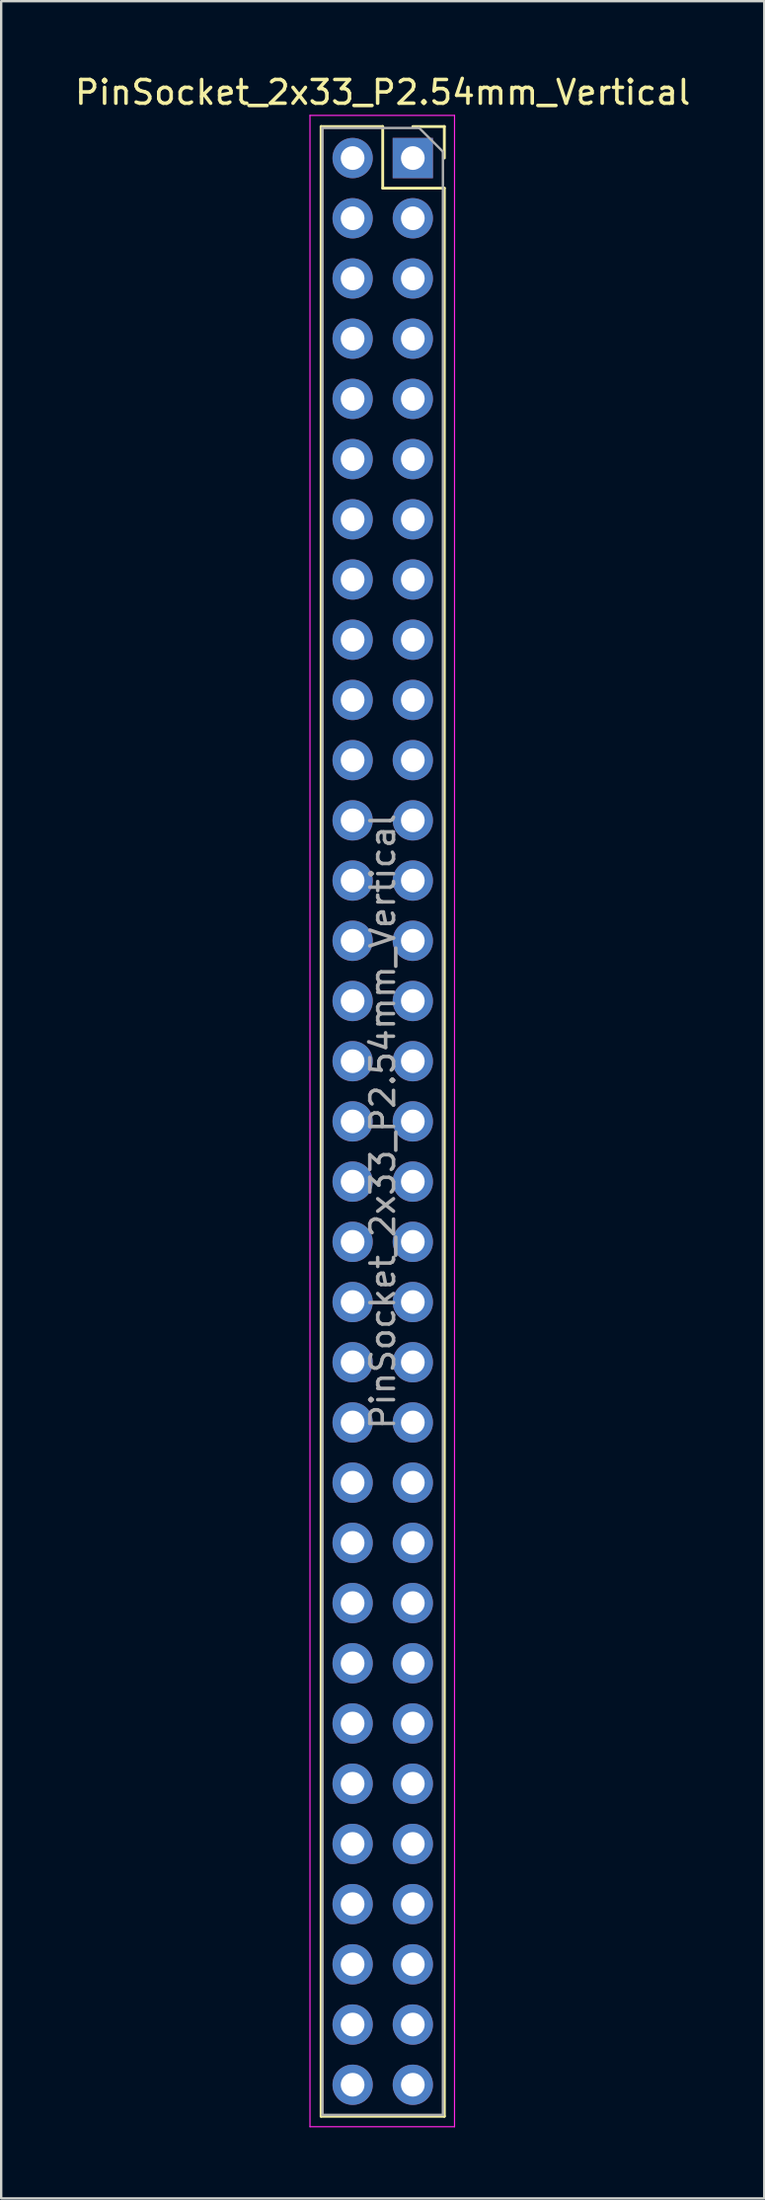
<source format=kicad_pcb>
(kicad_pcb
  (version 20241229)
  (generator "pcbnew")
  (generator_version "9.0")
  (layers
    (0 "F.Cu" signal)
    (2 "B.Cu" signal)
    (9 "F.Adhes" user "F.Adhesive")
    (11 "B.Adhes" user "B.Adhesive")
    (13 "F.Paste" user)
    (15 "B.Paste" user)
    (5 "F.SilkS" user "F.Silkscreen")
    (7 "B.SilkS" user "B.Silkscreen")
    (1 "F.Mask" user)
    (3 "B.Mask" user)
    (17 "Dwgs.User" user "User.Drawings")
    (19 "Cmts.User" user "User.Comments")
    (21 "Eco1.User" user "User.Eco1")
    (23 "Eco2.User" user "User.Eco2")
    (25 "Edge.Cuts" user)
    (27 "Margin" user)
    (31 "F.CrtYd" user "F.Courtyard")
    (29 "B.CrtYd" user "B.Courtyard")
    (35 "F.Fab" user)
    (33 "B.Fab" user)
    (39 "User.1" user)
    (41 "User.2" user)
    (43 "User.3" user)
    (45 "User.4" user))
  (footprint "PinSocket_2x33_P2.54mm_Vertical"
    (layer "F.Cu")
    (at 14.371 3.618)
    (property "Reference" "PinSocket_2x33_P2.54mm_Vertical" (at -1.27 -2.77 0) (layer "F.SilkS") (effects (font (size 1 1) (thickness 0.15))))
    (attr through_hole)
    (fp_line (start -3.87 -1.33) (end -3.87 82.61) (stroke (width 0.12) (type solid)) (layer "F.SilkS"))
    (fp_line (start -3.87 -1.33) (end -1.27 -1.33) (stroke (width 0.12) (type solid)) (layer "F.SilkS"))
    (fp_line (start -3.87 82.61) (end 1.33 82.61) (stroke (width 0.12) (type solid)) (layer "F.SilkS"))
    (fp_line (start -1.27 -1.33) (end -1.27 1.27) (stroke (width 0.12) (type solid)) (layer "F.SilkS"))
    (fp_line (start -1.27 1.27) (end 1.33 1.27) (stroke (width 0.12) (type solid)) (layer "F.SilkS"))
    (fp_line (start 0 -1.33) (end 1.33 -1.33) (stroke (width 0.12) (type solid)) (layer "F.SilkS"))
    (fp_line (start 1.33 -1.33) (end 1.33 0) (stroke (width 0.12) (type solid)) (layer "F.SilkS"))
    (fp_line (start 1.33 1.27) (end 1.33 82.61) (stroke (width 0.12) (type solid)) (layer "F.SilkS"))
    (fp_line (start -4.34 -1.8) (end 1.76 -1.8) (stroke (width 0.05) (type solid)) (layer "F.CrtYd"))
    (fp_line (start -4.34 83.05) (end -4.34 -1.8) (stroke (width 0.05) (type solid)) (layer "F.CrtYd"))
    (fp_line (start 1.76 -1.8) (end 1.76 83.05) (stroke (width 0.05) (type solid)) (layer "F.CrtYd"))
    (fp_line (start 1.76 83.05) (end -4.34 83.05) (stroke (width 0.05) (type solid)) (layer "F.CrtYd"))
    (fp_line (start -3.81 -1.27) (end 0.27 -1.27) (stroke (width 0.1) (type solid)) (layer "F.Fab"))
    (fp_line (start -3.81 82.55) (end -3.81 -1.27) (stroke (width 0.1) (type solid)) (layer "F.Fab"))
    (fp_line (start 0.27 -1.27) (end 1.27 -0.27) (stroke (width 0.1) (type solid)) (layer "F.Fab"))
    (fp_line (start 1.27 -0.27) (end 1.27 82.55) (stroke (width 0.1) (type solid)) (layer "F.Fab"))
    (fp_line (start 1.27 82.55) (end -3.81 82.55) (stroke (width 0.1) (type solid)) (layer "F.Fab"))
    (fp_text user "${REFERENCE}" (at -1.27 40.64 90) (layer "F.Fab") (effects (font (size 1 1) (thickness 0.15))))
    (pad "1" thru_hole rect (at 0 0) (size 1.7 1.7) (drill 1) (layers "*.Cu" "*.Mask"))
    (pad "2" thru_hole oval (at -2.54 0) (size 1.7 1.7) (drill 1) (layers "*.Cu" "*.Mask"))
    (pad "3" thru_hole oval (at 0 2.54) (size 1.7 1.7) (drill 1) (layers "*.Cu" "*.Mask"))
    (pad "4" thru_hole oval (at -2.54 2.54) (size 1.7 1.7) (drill 1) (layers "*.Cu" "*.Mask"))
    (pad "5" thru_hole oval (at 0 5.08) (size 1.7 1.7) (drill 1) (layers "*.Cu" "*.Mask"))
    (pad "6" thru_hole oval (at -2.54 5.08) (size 1.7 1.7) (drill 1) (layers "*.Cu" "*.Mask"))
    (pad "7" thru_hole oval (at 0 7.62) (size 1.7 1.7) (drill 1) (layers "*.Cu" "*.Mask"))
    (pad "8" thru_hole oval (at -2.54 7.62) (size 1.7 1.7) (drill 1) (layers "*.Cu" "*.Mask"))
    (pad "9" thru_hole oval (at 0 10.16) (size 1.7 1.7) (drill 1) (layers "*.Cu" "*.Mask"))
    (pad "10" thru_hole oval (at -2.54 10.16) (size 1.7 1.7) (drill 1) (layers "*.Cu" "*.Mask"))
    (pad "11" thru_hole oval (at 0 12.7) (size 1.7 1.7) (drill 1) (layers "*.Cu" "*.Mask"))
    (pad "12" thru_hole oval (at -2.54 12.7) (size 1.7 1.7) (drill 1) (layers "*.Cu" "*.Mask"))
    (pad "13" thru_hole oval (at 0 15.24) (size 1.7 1.7) (drill 1) (layers "*.Cu" "*.Mask"))
    (pad "14" thru_hole oval (at -2.54 15.24) (size 1.7 1.7) (drill 1) (layers "*.Cu" "*.Mask"))
    (pad "15" thru_hole oval (at 0 17.78) (size 1.7 1.7) (drill 1) (layers "*.Cu" "*.Mask"))
    (pad "16" thru_hole oval (at -2.54 17.78) (size 1.7 1.7) (drill 1) (layers "*.Cu" "*.Mask"))
    (pad "17" thru_hole oval (at 0 20.32) (size 1.7 1.7) (drill 1) (layers "*.Cu" "*.Mask"))
    (pad "18" thru_hole oval (at -2.54 20.32) (size 1.7 1.7) (drill 1) (layers "*.Cu" "*.Mask"))
    (pad "19" thru_hole oval (at 0 22.86) (size 1.7 1.7) (drill 1) (layers "*.Cu" "*.Mask"))
    (pad "20" thru_hole oval (at -2.54 22.86) (size 1.7 1.7) (drill 1) (layers "*.Cu" "*.Mask"))
    (pad "21" thru_hole oval (at 0 25.4) (size 1.7 1.7) (drill 1) (layers "*.Cu" "*.Mask"))
    (pad "22" thru_hole oval (at -2.54 25.4) (size 1.7 1.7) (drill 1) (layers "*.Cu" "*.Mask"))
    (pad "23" thru_hole oval (at 0 27.94) (size 1.7 1.7) (drill 1) (layers "*.Cu" "*.Mask"))
    (pad "24" thru_hole oval (at -2.54 27.94) (size 1.7 1.7) (drill 1) (layers "*.Cu" "*.Mask"))
    (pad "25" thru_hole oval (at 0 30.48) (size 1.7 1.7) (drill 1) (layers "*.Cu" "*.Mask"))
    (pad "26" thru_hole oval (at -2.54 30.48) (size 1.7 1.7) (drill 1) (layers "*.Cu" "*.Mask"))
    (pad "27" thru_hole oval (at 0 33.02) (size 1.7 1.7) (drill 1) (layers "*.Cu" "*.Mask"))
    (pad "28" thru_hole oval (at -2.54 33.02) (size 1.7 1.7) (drill 1) (layers "*.Cu" "*.Mask"))
    (pad "29" thru_hole oval (at 0 35.56) (size 1.7 1.7) (drill 1) (layers "*.Cu" "*.Mask"))
    (pad "30" thru_hole oval (at -2.54 35.56) (size 1.7 1.7) (drill 1) (layers "*.Cu" "*.Mask"))
    (pad "31" thru_hole oval (at 0 38.1) (size 1.7 1.7) (drill 1) (layers "*.Cu" "*.Mask"))
    (pad "32" thru_hole oval (at -2.54 38.1) (size 1.7 1.7) (drill 1) (layers "*.Cu" "*.Mask"))
    (pad "33" thru_hole oval (at 0 40.64) (size 1.7 1.7) (drill 1) (layers "*.Cu" "*.Mask"))
    (pad "34" thru_hole oval (at -2.54 40.64) (size 1.7 1.7) (drill 1) (layers "*.Cu" "*.Mask"))
    (pad "35" thru_hole oval (at 0 43.18) (size 1.7 1.7) (drill 1) (layers "*.Cu" "*.Mask"))
    (pad "36" thru_hole oval (at -2.54 43.18) (size 1.7 1.7) (drill 1) (layers "*.Cu" "*.Mask"))
    (pad "37" thru_hole oval (at 0 45.72) (size 1.7 1.7) (drill 1) (layers "*.Cu" "*.Mask"))
    (pad "38" thru_hole oval (at -2.54 45.72) (size 1.7 1.7) (drill 1) (layers "*.Cu" "*.Mask"))
    (pad "39" thru_hole oval (at 0 48.26) (size 1.7 1.7) (drill 1) (layers "*.Cu" "*.Mask"))
    (pad "40" thru_hole oval (at -2.54 48.26) (size 1.7 1.7) (drill 1) (layers "*.Cu" "*.Mask"))
    (pad "41" thru_hole oval (at 0 50.8) (size 1.7 1.7) (drill 1) (layers "*.Cu" "*.Mask"))
    (pad "42" thru_hole oval (at -2.54 50.8) (size 1.7 1.7) (drill 1) (layers "*.Cu" "*.Mask"))
    (pad "43" thru_hole oval (at 0 53.34) (size 1.7 1.7) (drill 1) (layers "*.Cu" "*.Mask"))
    (pad "44" thru_hole oval (at -2.54 53.34) (size 1.7 1.7) (drill 1) (layers "*.Cu" "*.Mask"))
    (pad "45" thru_hole oval (at 0 55.88) (size 1.7 1.7) (drill 1) (layers "*.Cu" "*.Mask"))
    (pad "46" thru_hole oval (at -2.54 55.88) (size 1.7 1.7) (drill 1) (layers "*.Cu" "*.Mask"))
    (pad "47" thru_hole oval (at 0 58.42) (size 1.7 1.7) (drill 1) (layers "*.Cu" "*.Mask"))
    (pad "48" thru_hole oval (at -2.54 58.42) (size 1.7 1.7) (drill 1) (layers "*.Cu" "*.Mask"))
    (pad "49" thru_hole oval (at 0 60.96) (size 1.7 1.7) (drill 1) (layers "*.Cu" "*.Mask"))
    (pad "50" thru_hole oval (at -2.54 60.96) (size 1.7 1.7) (drill 1) (layers "*.Cu" "*.Mask"))
    (pad "51" thru_hole oval (at 0 63.5) (size 1.7 1.7) (drill 1) (layers "*.Cu" "*.Mask"))
    (pad "52" thru_hole oval (at -2.54 63.5) (size 1.7 1.7) (drill 1) (layers "*.Cu" "*.Mask"))
    (pad "53" thru_hole oval (at 0 66.04) (size 1.7 1.7) (drill 1) (layers "*.Cu" "*.Mask"))
    (pad "54" thru_hole oval (at -2.54 66.04) (size 1.7 1.7) (drill 1) (layers "*.Cu" "*.Mask"))
    (pad "55" thru_hole oval (at 0 68.58) (size 1.7 1.7) (drill 1) (layers "*.Cu" "*.Mask"))
    (pad "56" thru_hole oval (at -2.54 68.58) (size 1.7 1.7) (drill 1) (layers "*.Cu" "*.Mask"))
    (pad "57" thru_hole oval (at 0 71.12) (size 1.7 1.7) (drill 1) (layers "*.Cu" "*.Mask"))
    (pad "58" thru_hole oval (at -2.54 71.12) (size 1.7 1.7) (drill 1) (layers "*.Cu" "*.Mask"))
    (pad "59" thru_hole oval (at 0 73.66) (size 1.7 1.7) (drill 1) (layers "*.Cu" "*.Mask"))
    (pad "60" thru_hole oval (at -2.54 73.66) (size 1.7 1.7) (drill 1) (layers "*.Cu" "*.Mask"))
    (pad "61" thru_hole oval (at 0 76.2) (size 1.7 1.7) (drill 1) (layers "*.Cu" "*.Mask"))
    (pad "62" thru_hole oval (at -2.54 76.2) (size 1.7 1.7) (drill 1) (layers "*.Cu" "*.Mask"))
    (pad "63" thru_hole oval (at 0 78.74) (size 1.7 1.7) (drill 1) (layers "*.Cu" "*.Mask"))
    (pad "64" thru_hole oval (at -2.54 78.74) (size 1.7 1.7) (drill 1) (layers "*.Cu" "*.Mask"))
    (pad "65" thru_hole oval (at 0 81.28) (size 1.7 1.7) (drill 1) (layers "*.Cu" "*.Mask"))
    (pad "66" thru_hole oval (at -2.54 81.28) (size 1.7 1.7) (drill 1) (layers "*.Cu" "*.Mask")))
  (gr_rect
    (start -3 -3)
    (end 29.202 89.693)
    (stroke (width 0.1) (type default))
    (fill no)
    (layer "Edge.Cuts")))
</source>
